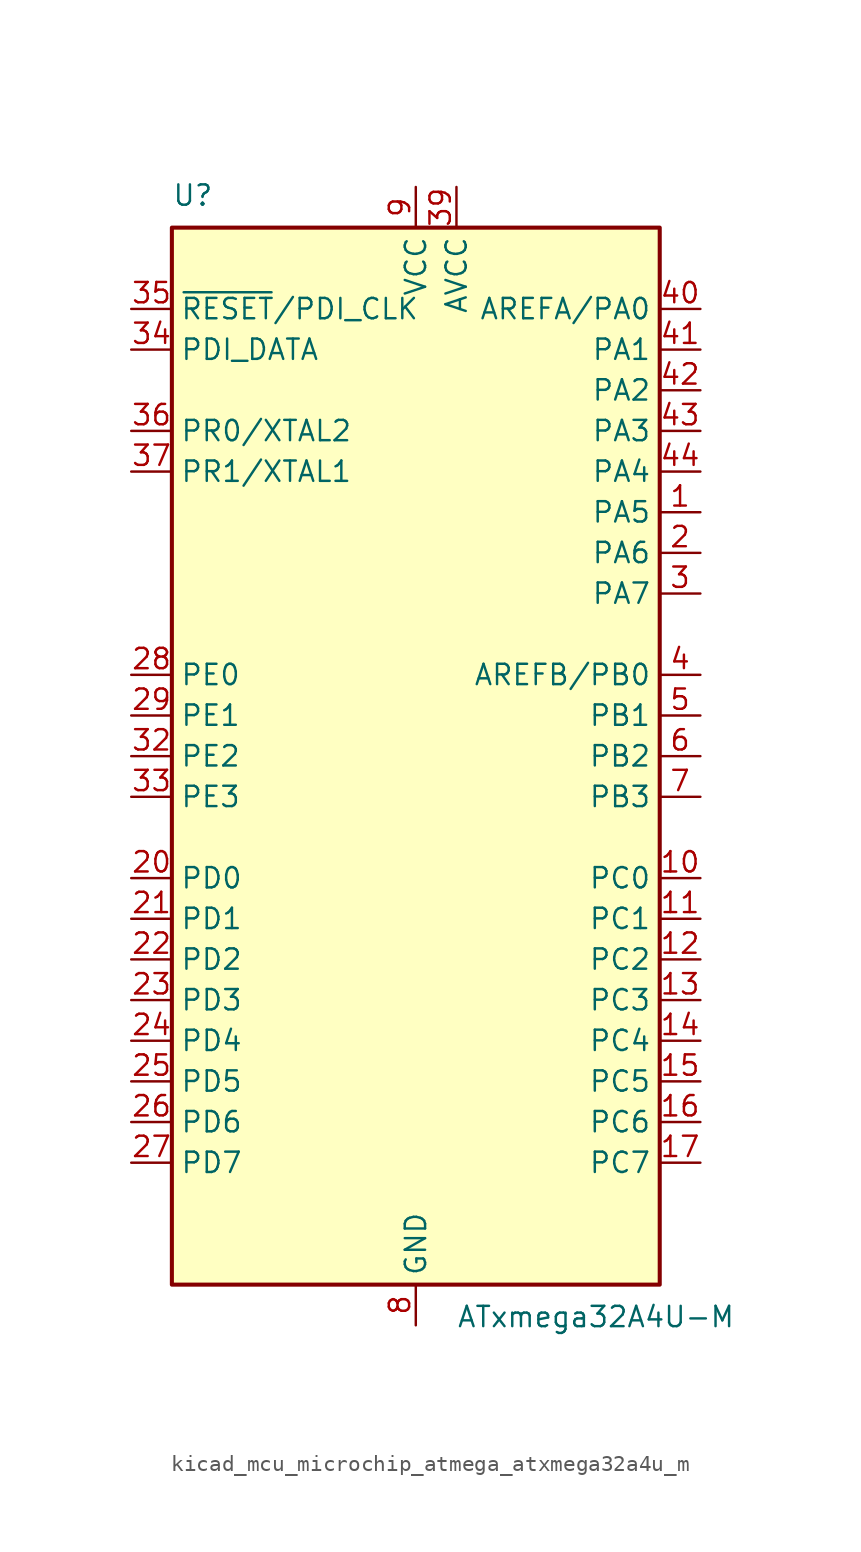
<source format=kicad_sym>
(kicad_symbol_lib
  (version 20220914)
  (generator kicad_symbol_editor)
  (symbol "kicad_mcu_microchip_atmega_atxmega32a4u_m"
    (property "Reference" "U"
      (at -15.24 34.29 0)
      (effects (font (size 1.27 1.27)) (justify left bottom)))
    (property "Value" "ATxmega32A4U-M"
      (at 2.54 -34.29 0)
      (effects (font (size 1.27 1.27)) (justify left top)))
    (symbol "kicad_mcu_microchip_atmega_atxmega32a4u_m_0_1"
      (rectangle (start -15.24 -33.02) (end 15.24 33.02) (stroke (width 0.254) (type default)) (fill (type background))))
    (symbol "kicad_mcu_microchip_atmega_atxmega32a4u_m_1_1"
      (pin bidirectional line (at 17.78 15.24 180) (length 2.54) (name "PA5" (effects (font (size 1.27 1.27)))) (number "1" (effects (font (size 1.27 1.27)))))
      (pin bidirectional line (at 17.78 -7.62 180) (length 2.54) (name "PC0" (effects (font (size 1.27 1.27)))) (number "10" (effects (font (size 1.27 1.27)))))
      (pin bidirectional line (at 17.78 -10.16 180) (length 2.54) (name "PC1" (effects (font (size 1.27 1.27)))) (number "11" (effects (font (size 1.27 1.27)))))
      (pin bidirectional line (at 17.78 -12.7 180) (length 2.54) (name "PC2" (effects (font (size 1.27 1.27)))) (number "12" (effects (font (size 1.27 1.27)))))
      (pin bidirectional line (at 17.78 -15.24 180) (length 2.54) (name "PC3" (effects (font (size 1.27 1.27)))) (number "13" (effects (font (size 1.27 1.27)))))
      (pin bidirectional line (at 17.78 -17.78 180) (length 2.54) (name "PC4" (effects (font (size 1.27 1.27)))) (number "14" (effects (font (size 1.27 1.27)))))
      (pin bidirectional line (at 17.78 -20.32 180) (length 2.54) (name "PC5" (effects (font (size 1.27 1.27)))) (number "15" (effects (font (size 1.27 1.27)))))
      (pin bidirectional line (at 17.78 -22.86 180) (length 2.54) (name "PC6" (effects (font (size 1.27 1.27)))) (number "16" (effects (font (size 1.27 1.27)))))
      (pin bidirectional line (at 17.78 -25.4 180) (length 2.54) (name "PC7" (effects (font (size 1.27 1.27)))) (number "17" (effects (font (size 1.27 1.27)))))
      (pin passive line (at 0 -35.56 90) (length 2.54) hide (name "GND" (effects (font (size 1.27 1.27)))) (number "18" (effects (font (size 1.27 1.27)))))
      (pin passive line (at 0 35.56 270) (length 2.54) hide (name "VCC" (effects (font (size 1.27 1.27)))) (number "19" (effects (font (size 1.27 1.27)))))
      (pin bidirectional line (at 17.78 12.7 180) (length 2.54) (name "PA6" (effects (font (size 1.27 1.27)))) (number "2" (effects (font (size 1.27 1.27)))))
      (pin bidirectional line (at -17.78 -7.62 0) (length 2.54) (name "PD0" (effects (font (size 1.27 1.27)))) (number "20" (effects (font (size 1.27 1.27)))))
      (pin bidirectional line (at -17.78 -10.16 0) (length 2.54) (name "PD1" (effects (font (size 1.27 1.27)))) (number "21" (effects (font (size 1.27 1.27)))))
      (pin bidirectional line (at -17.78 -12.7 0) (length 2.54) (name "PD2" (effects (font (size 1.27 1.27)))) (number "22" (effects (font (size 1.27 1.27)))))
      (pin bidirectional line (at -17.78 -15.24 0) (length 2.54) (name "PD3" (effects (font (size 1.27 1.27)))) (number "23" (effects (font (size 1.27 1.27)))))
      (pin bidirectional line (at -17.78 -17.78 0) (length 2.54) (name "PD4" (effects (font (size 1.27 1.27)))) (number "24" (effects (font (size 1.27 1.27)))))
      (pin bidirectional line (at -17.78 -20.32 0) (length 2.54) (name "PD5" (effects (font (size 1.27 1.27)))) (number "25" (effects (font (size 1.27 1.27)))))
      (pin bidirectional line (at -17.78 -22.86 0) (length 2.54) (name "PD6" (effects (font (size 1.27 1.27)))) (number "26" (effects (font (size 1.27 1.27)))))
      (pin bidirectional line (at -17.78 -25.4 0) (length 2.54) (name "PD7" (effects (font (size 1.27 1.27)))) (number "27" (effects (font (size 1.27 1.27)))))
      (pin bidirectional line (at -17.78 5.08 0) (length 2.54) (name "PE0" (effects (font (size 1.27 1.27)))) (number "28" (effects (font (size 1.27 1.27)))))
      (pin bidirectional line (at -17.78 2.54 0) (length 2.54) (name "PE1" (effects (font (size 1.27 1.27)))) (number "29" (effects (font (size 1.27 1.27)))))
      (pin bidirectional line (at 17.78 10.16 180) (length 2.54) (name "PA7" (effects (font (size 1.27 1.27)))) (number "3" (effects (font (size 1.27 1.27)))))
      (pin passive line (at 0 -35.56 90) (length 2.54) hide (name "GND" (effects (font (size 1.27 1.27)))) (number "30" (effects (font (size 1.27 1.27)))))
      (pin passive line (at 0 35.56 270) (length 2.54) hide (name "VCC" (effects (font (size 1.27 1.27)))) (number "31" (effects (font (size 1.27 1.27)))))
      (pin bidirectional line (at -17.78 0 0) (length 2.54) (name "PE2" (effects (font (size 1.27 1.27)))) (number "32" (effects (font (size 1.27 1.27)))))
      (pin bidirectional line (at -17.78 -2.54 0) (length 2.54) (name "PE3" (effects (font (size 1.27 1.27)))) (number "33" (effects (font (size 1.27 1.27)))))
      (pin bidirectional line (at -17.78 25.4 0) (length 2.54) (name "PDI_DATA" (effects (font (size 1.27 1.27)))) (number "34" (effects (font (size 1.27 1.27)))))
      (pin input line (at -17.78 27.94 0) (length 2.54) (name "~{RESET}/PDI_CLK" (effects (font (size 1.27 1.27)))) (number "35" (effects (font (size 1.27 1.27)))))
      (pin bidirectional line (at -17.78 20.32 0) (length 2.54) (name "PR0/XTAL2" (effects (font (size 1.27 1.27)))) (number "36" (effects (font (size 1.27 1.27)))))
      (pin bidirectional line (at -17.78 17.78 0) (length 2.54) (name "PR1/XTAL1" (effects (font (size 1.27 1.27)))) (number "37" (effects (font (size 1.27 1.27)))))
      (pin passive line (at 0 -35.56 90) (length 2.54) hide (name "GND" (effects (font (size 1.27 1.27)))) (number "38" (effects (font (size 1.27 1.27)))))
      (pin power_in line (at 2.54 35.56 270) (length 2.54) (name "AVCC" (effects (font (size 1.27 1.27)))) (number "39" (effects (font (size 1.27 1.27)))))
      (pin bidirectional line (at 17.78 5.08 180) (length 2.54) (name "AREFB/PB0" (effects (font (size 1.27 1.27)))) (number "4" (effects (font (size 1.27 1.27)))))
      (pin bidirectional line (at 17.78 27.94 180) (length 2.54) (name "AREFA/PA0" (effects (font (size 1.27 1.27)))) (number "40" (effects (font (size 1.27 1.27)))))
      (pin bidirectional line (at 17.78 25.4 180) (length 2.54) (name "PA1" (effects (font (size 1.27 1.27)))) (number "41" (effects (font (size 1.27 1.27)))))
      (pin bidirectional line (at 17.78 22.86 180) (length 2.54) (name "PA2" (effects (font (size 1.27 1.27)))) (number "42" (effects (font (size 1.27 1.27)))))
      (pin bidirectional line (at 17.78 20.32 180) (length 2.54) (name "PA3" (effects (font (size 1.27 1.27)))) (number "43" (effects (font (size 1.27 1.27)))))
      (pin bidirectional line (at 17.78 17.78 180) (length 2.54) (name "PA4" (effects (font (size 1.27 1.27)))) (number "44" (effects (font (size 1.27 1.27)))))
      (pin passive line (at 0 -35.56 90) (length 2.54) hide (name "GND" (effects (font (size 1.27 1.27)))) (number "45" (effects (font (size 1.27 1.27)))))
      (pin bidirectional line (at 17.78 2.54 180) (length 2.54) (name "PB1" (effects (font (size 1.27 1.27)))) (number "5" (effects (font (size 1.27 1.27)))))
      (pin bidirectional line (at 17.78 0 180) (length 2.54) (name "PB2" (effects (font (size 1.27 1.27)))) (number "6" (effects (font (size 1.27 1.27)))))
      (pin bidirectional line (at 17.78 -2.54 180) (length 2.54) (name "PB3" (effects (font (size 1.27 1.27)))) (number "7" (effects (font (size 1.27 1.27)))))
      (pin power_in line (at 0 -35.56 90) (length 2.54) (name "GND" (effects (font (size 1.27 1.27)))) (number "8" (effects (font (size 1.27 1.27)))))
      (pin power_in line (at 0 35.56 270) (length 2.54) (name "VCC" (effects (font (size 1.27 1.27)))) (number "9" (effects (font (size 1.27 1.27))))))))
</source>
